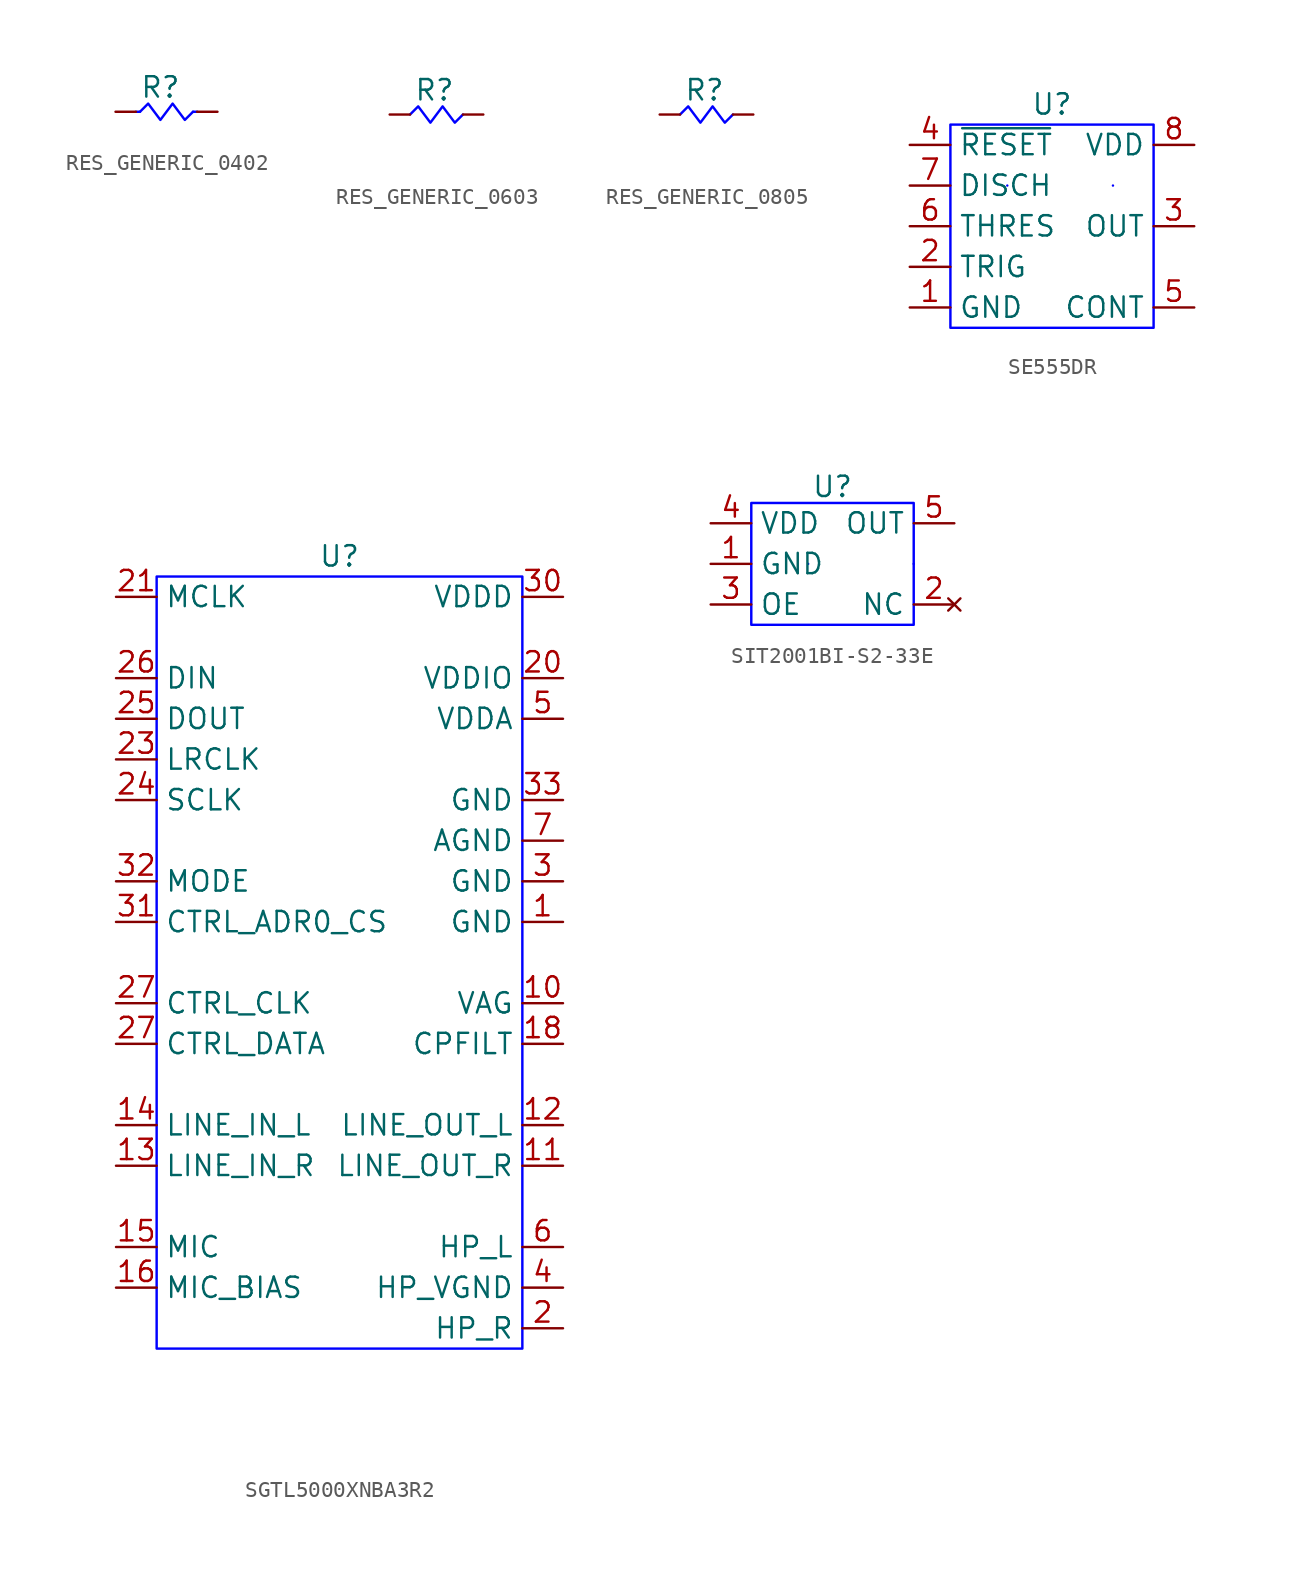
<source format=kicad_sym>
(kicad_symbol_lib
  (version 20241209)
  (generator "kicad_symbol_editor")
  (generator_version "9.0")
  (symbol "RES_GENERIC_0402"
    (pin_numbers
      (hide yes))
    (pin_names
      (offset 0)
      (hide yes))
    (property "Reference" "R"
      (at 1.524 1.524 0)
      (effects (font (size 1.27 1.27))))
    (property "Value" ""
      (at 1.524 -1.524 0)
      (effects (font (size 1.27 1.27))))
    (symbol "RES_GENERIC_0402_1_1"
      (polyline (pts (xy 0.254 0) (xy 0 0)) (stroke (width 0) (type solid) (color 0 0 255 1)) (fill (type none)))
      (polyline (pts (xy 0.254 0) (xy 0.762 0.508) (xy 1.524 -0.508) (xy 2.286 0.508) (xy 3.048 -0.508) (xy 3.556 0)) (stroke (width 0) (type solid) (color 0 0 255 1)) (fill (type none)))
      (polyline (pts (xy 3.81 0) (xy 3.556 0)) (stroke (width 0) (type solid) (color 0 0 255 1)) (fill (type none)))
      (pin passive line (at -1.27 0 0) (length 1.27) (name "" (effects (font (size 1.27 1.27)))) (number "1" (effects (font (size 1.27 1.27)))))
      (pin passive line (at 5.08 0 180) (length 1.27) (name "" (effects (font (size 1.27 1.27)))) (number "2" (effects (font (size 1.27 1.27)))))))
  (symbol "RES_GENERIC_0603"
    (pin_numbers
      (hide yes))
    (pin_names
      (offset 0)
      (hide yes))
    (property "Reference" "R"
      (at 1.524 1.524 0)
      (effects (font (size 1.27 1.27))))
    (property "Value" ""
      (at 1.524 -1.524 0)
      (effects (font (size 1.27 1.27))))
    (property "Tolerance" ""
      (at 2.794 -3.302 0)
      (effects (font (size 1.27 1.27))))
    (property "Power" ""
      (at 2.286 -1.524 0)
      (effects (font (size 1.27 1.27))))
    (symbol "RES_GENERIC_0603_1_1"
      (polyline (pts (xy 0 0) (xy 0.508 0.508) (xy 1.27 -0.508) (xy 2.032 0.508) (xy 2.794 -0.508) (xy 3.302 0)) (stroke (width 0) (type solid) (color 0 0 255 1)) (fill (type none)))
      (pin passive line (at -1.27 0 0) (length 1.27) (name "" (effects (font (size 1.27 1.27)))) (number "1" (effects (font (size 1.27 1.27)))))
      (pin passive line (at 4.572 0 180) (length 1.27) (name "" (effects (font (size 1.27 1.27)))) (number "2" (effects (font (size 1.27 1.27)))))))
  (symbol "RES_GENERIC_0805"
    (pin_numbers
      (hide yes))
    (pin_names
      (offset 0)
      (hide yes))
    (property "Reference" "R"
      (at 1.524 1.524 0)
      (effects (font (size 1.27 1.27))))
    (property "Value" ""
      (at 1.524 -1.524 0)
      (effects (font (size 1.27 1.27))))
    (property "Tolerance" ""
      (at 2.794 -3.302 0)
      (effects (font (size 1.27 1.27))))
    (property "Power" ""
      (at 2.286 -1.524 0)
      (effects (font (size 1.27 1.27))))
    (symbol "RES_GENERIC_0805_1_1"
      (polyline (pts (xy 0 0) (xy 0.508 0.508) (xy 1.27 -0.508) (xy 2.032 0.508) (xy 2.794 -0.508) (xy 3.302 0)) (stroke (width 0) (type solid) (color 0 0 255 1)) (fill (type none)))
      (pin passive line (at -1.27 0 0) (length 1.27) (name "" (effects (font (size 1.27 1.27)))) (number "1" (effects (font (size 1.27 1.27)))))
      (pin passive line (at 4.572 0 180) (length 1.27) (name "" (effects (font (size 1.27 1.27)))) (number "2" (effects (font (size 1.27 1.27)))))))
  (symbol "SE555DR"
    (property "Reference" "U"
      (at 6.35 1.27 0)
      (effects (font (size 1.27 1.27))))
    (property "Value" ""
      (at 0 0 0)
      (effects (font (size 1.27 1.27))))
    (symbol "SE555DR_0_1"
      (rectangle (start 0 0) (end 12.7 -12.7) (stroke (width 0) (type default) (color 0 0 255 1)) (fill (type none)))
      (polyline (pts (xy 3.556 -3.81) (xy 3.556 -3.81)) (stroke (width 0) (type default) (color 0 0 255 1)) (fill (type none)))
      (polyline (pts (xy 10.16 -3.81) (xy 10.16 -3.81)) (stroke (width 0) (type default) (color 0 0 255 1)) (fill (type none))))
    (symbol "SE555DR_1_1"
      (pin input line (at -2.54 -1.27 0) (length 2.54) (name "~{RESET}" (effects (font (size 1.27 1.27)))) (number "4" (effects (font (size 1.27 1.27)))))
      (pin open_collector line (at -2.54 -3.81 0) (length 2.54) (name "DISCH" (effects (font (size 1.27 1.27)))) (number "7" (effects (font (size 1.27 1.27)))))
      (pin input line (at -2.54 -6.35 0) (length 2.54) (name "THRES" (effects (font (size 1.27 1.27)))) (number "6" (effects (font (size 1.27 1.27)))))
      (pin input line (at -2.54 -8.89 0) (length 2.54) (name "TRIG" (effects (font (size 1.27 1.27)))) (number "2" (effects (font (size 1.27 1.27)))))
      (pin power_in line (at -2.54 -11.43 0) (length 2.54) (name "GND" (effects (font (size 1.27 1.27)))) (number "1" (effects (font (size 1.27 1.27)))))
      (pin power_in line (at 15.24 -1.27 180) (length 2.54) (name "VDD" (effects (font (size 1.27 1.27)))) (number "8" (effects (font (size 1.27 1.27)))))
      (pin output line (at 15.24 -6.35 180) (length 2.54) (name "OUT" (effects (font (size 1.27 1.27)))) (number "3" (effects (font (size 1.27 1.27)))))
      (pin bidirectional line (at 15.24 -11.43 180) (length 2.54) (name "CONT" (effects (font (size 1.27 1.27)))) (number "5" (effects (font (size 1.27 1.27)))))))
  (symbol "SGTL5000XNBA3R2"
    (property "Reference" "U"
      (at 11.43 1.27 0)
      (effects (font (size 1.27 1.27))))
    (property "Value" ""
      (at 0 0 0)
      (effects (font (size 1.27 1.27))))
    (symbol "SGTL5000XNBA3R2_0_1"
      (rectangle (start 0 0) (end 22.86 -48.26) (stroke (width 0) (type default) (color 0 0 255 1)) (fill (type none))))
    (symbol "SGTL5000XNBA3R2_1_1"
      (pin input line (at -2.54 -1.27 0) (length 2.54) (name "MCLK" (effects (font (size 1.27 1.27)))) (number "21" (effects (font (size 1.27 1.27)))))
      (pin input line (at -2.54 -6.35 0) (length 2.54) (name "DIN" (effects (font (size 1.27 1.27)))) (number "26" (effects (font (size 1.27 1.27)))))
      (pin output line (at -2.54 -8.89 0) (length 2.54) (name "DOUT" (effects (font (size 1.27 1.27)))) (number "25" (effects (font (size 1.27 1.27)))))
      (pin input line (at -2.54 -11.43 0) (length 2.54) (name "LRCLK" (effects (font (size 1.27 1.27)))) (number "23" (effects (font (size 1.27 1.27)))))
      (pin input line (at -2.54 -13.97 0) (length 2.54) (name "SCLK" (effects (font (size 1.27 1.27)))) (number "24" (effects (font (size 1.27 1.27)))))
      (pin input line (at -2.54 -19.05 0) (length 2.54) (name "MODE" (effects (font (size 1.27 1.27)))) (number "32" (effects (font (size 1.27 1.27)))))
      (pin input line (at -2.54 -21.59 0) (length 2.54) (name "CTRL_ADR0_CS" (effects (font (size 1.27 1.27)))) (number "31" (effects (font (size 1.27 1.27)))))
      (pin input line (at -2.54 -26.67 0) (length 2.54) (name "CTRL_CLK" (effects (font (size 1.27 1.27)))) (number "27" (effects (font (size 1.27 1.27)))))
      (pin bidirectional line (at -2.54 -29.21 0) (length 2.54) (name "CTRL_DATA" (effects (font (size 1.27 1.27)))) (number "27" (effects (font (size 1.27 1.27)))))
      (pin input line (at -2.54 -34.29 0) (length 2.54) (name "LINE_IN_L" (effects (font (size 1.27 1.27)))) (number "14" (effects (font (size 1.27 1.27)))))
      (pin input line (at -2.54 -36.83 0) (length 2.54) (name "LINE_IN_R" (effects (font (size 1.27 1.27)))) (number "13" (effects (font (size 1.27 1.27)))))
      (pin input line (at -2.54 -41.91 0) (length 2.54) (name "MIC" (effects (font (size 1.27 1.27)))) (number "15" (effects (font (size 1.27 1.27)))))
      (pin passive line (at -2.54 -44.45 0) (length 2.54) (name "MIC_BIAS" (effects (font (size 1.27 1.27)))) (number "16" (effects (font (size 1.27 1.27)))))
      (pin no_connect line (at 5.08 -50.8 90) (length 2.54) (hide yes) (name "NC1" (effects (font (size 1.27 1.27)))) (number "8" (effects (font (size 1.27 1.27)))))
      (pin no_connect line (at 7.62 -50.8 90) (length 2.54) (hide yes) (name "NC2" (effects (font (size 1.27 1.27)))) (number "9" (effects (font (size 1.27 1.27)))))
      (pin no_connect line (at 10.16 -50.8 90) (length 2.54) (hide yes) (name "NC3" (effects (font (size 1.27 1.27)))) (number "17" (effects (font (size 1.27 1.27)))))
      (pin no_connect line (at 12.7 -50.8 90) (length 2.54) (hide yes) (name "NC4" (effects (font (size 1.27 1.27)))) (number "19" (effects (font (size 1.27 1.27)))))
      (pin no_connect line (at 15.24 -50.8 90) (length 2.54) (hide yes) (name "NC5" (effects (font (size 1.27 1.27)))) (number "22" (effects (font (size 1.27 1.27)))))
      (pin no_connect line (at 17.78 -50.8 90) (length 2.54) (hide yes) (name "NC6" (effects (font (size 1.27 1.27)))) (number "28" (effects (font (size 1.27 1.27)))))
      (pin power_in line (at 25.4 -1.27 180) (length 2.54) (name "VDDD" (effects (font (size 1.27 1.27)))) (number "30" (effects (font (size 1.27 1.27)))))
      (pin power_in line (at 25.4 -6.35 180) (length 2.54) (name "VDDIO" (effects (font (size 1.27 1.27)))) (number "20" (effects (font (size 1.27 1.27)))))
      (pin power_in line (at 25.4 -8.89 180) (length 2.54) (name "VDDA" (effects (font (size 1.27 1.27)))) (number "5" (effects (font (size 1.27 1.27)))))
      (pin power_in line (at 25.4 -13.97 180) (length 2.54) (name "GND" (effects (font (size 1.27 1.27)))) (number "33" (effects (font (size 1.27 1.27)))))
      (pin power_in line (at 25.4 -16.51 180) (length 2.54) (name "AGND" (effects (font (size 1.27 1.27)))) (number "7" (effects (font (size 1.27 1.27)))))
      (pin power_in line (at 25.4 -19.05 180) (length 2.54) (name "GND" (effects (font (size 1.27 1.27)))) (number "3" (effects (font (size 1.27 1.27)))))
      (pin power_in line (at 25.4 -21.59 180) (length 2.54) (name "GND" (effects (font (size 1.27 1.27)))) (number "1" (effects (font (size 1.27 1.27)))))
      (pin passive line (at 25.4 -26.67 180) (length 2.54) (name "VAG" (effects (font (size 1.27 1.27)))) (number "10" (effects (font (size 1.27 1.27)))))
      (pin passive line (at 25.4 -29.21 180) (length 2.54) (name "CPFILT" (effects (font (size 1.27 1.27)))) (number "18" (effects (font (size 1.27 1.27)))))
      (pin output line (at 25.4 -34.29 180) (length 2.54) (name "LINE_OUT_L" (effects (font (size 1.27 1.27)))) (number "12" (effects (font (size 1.27 1.27)))))
      (pin output line (at 25.4 -36.83 180) (length 2.54) (name "LINE_OUT_R" (effects (font (size 1.27 1.27)))) (number "11" (effects (font (size 1.27 1.27)))))
      (pin output line (at 25.4 -41.91 180) (length 2.54) (name "HP_L" (effects (font (size 1.27 1.27)))) (number "6" (effects (font (size 1.27 1.27)))))
      (pin power_in line (at 25.4 -44.45 180) (length 2.54) (name "HP_VGND" (effects (font (size 1.27 1.27)))) (number "4" (effects (font (size 1.27 1.27)))))
      (pin output line (at 25.4 -46.99 180) (length 2.54) (name "HP_R" (effects (font (size 1.27 1.27)))) (number "2" (effects (font (size 1.27 1.27)))))))
  (symbol "SIT2001BI-S2-33E"
    (property "Reference" "U"
      (at 5.08 1.016 0)
      (effects (font (size 1.27 1.27))))
    (property "Value" ""
      (at 0 0 0)
      (effects (font (size 1.27 1.27))))
    (symbol "SIT2001BI-S2-33E_0_1"
      (rectangle (start 0 0) (end 10.16 -7.62) (stroke (width 0) (type default) (color 0 0 255 1)) (fill (type none)))
      (polyline (pts (xy 3.556 -3.81) (xy 3.556 -3.81)) (stroke (width 0) (type default) (color 0 0 255 1)) (fill (type none)))
      (polyline (pts (xy 10.16 -3.81) (xy 10.16 -3.81)) (stroke (width 0) (type default) (color 0 0 255 1)) (fill (type none))))
    (symbol "SIT2001BI-S2-33E_1_1"
      (pin power_in line (at -2.54 -1.27 0) (length 2.54) (name "VDD" (effects (font (size 1.27 1.27)))) (number "4" (effects (font (size 1.27 1.27)))))
      (pin power_in line (at -2.54 -3.81 0) (length 2.54) (name "GND" (effects (font (size 1.27 1.27)))) (number "1" (effects (font (size 1.27 1.27)))))
      (pin input line (at -2.54 -6.35 0) (length 2.54) (name "OE" (effects (font (size 1.27 1.27)))) (number "3" (effects (font (size 1.27 1.27)))))
      (pin output line (at 12.7 -1.27 180) (length 2.54) (name "OUT" (effects (font (size 1.27 1.27)))) (number "5" (effects (font (size 1.27 1.27)))))
      (pin no_connect line (at 12.7 -6.35 180) (length 2.54) (name "NC" (effects (font (size 1.27 1.27)))) (number "2" (effects (font (size 1.27 1.27))))))))
</source>
